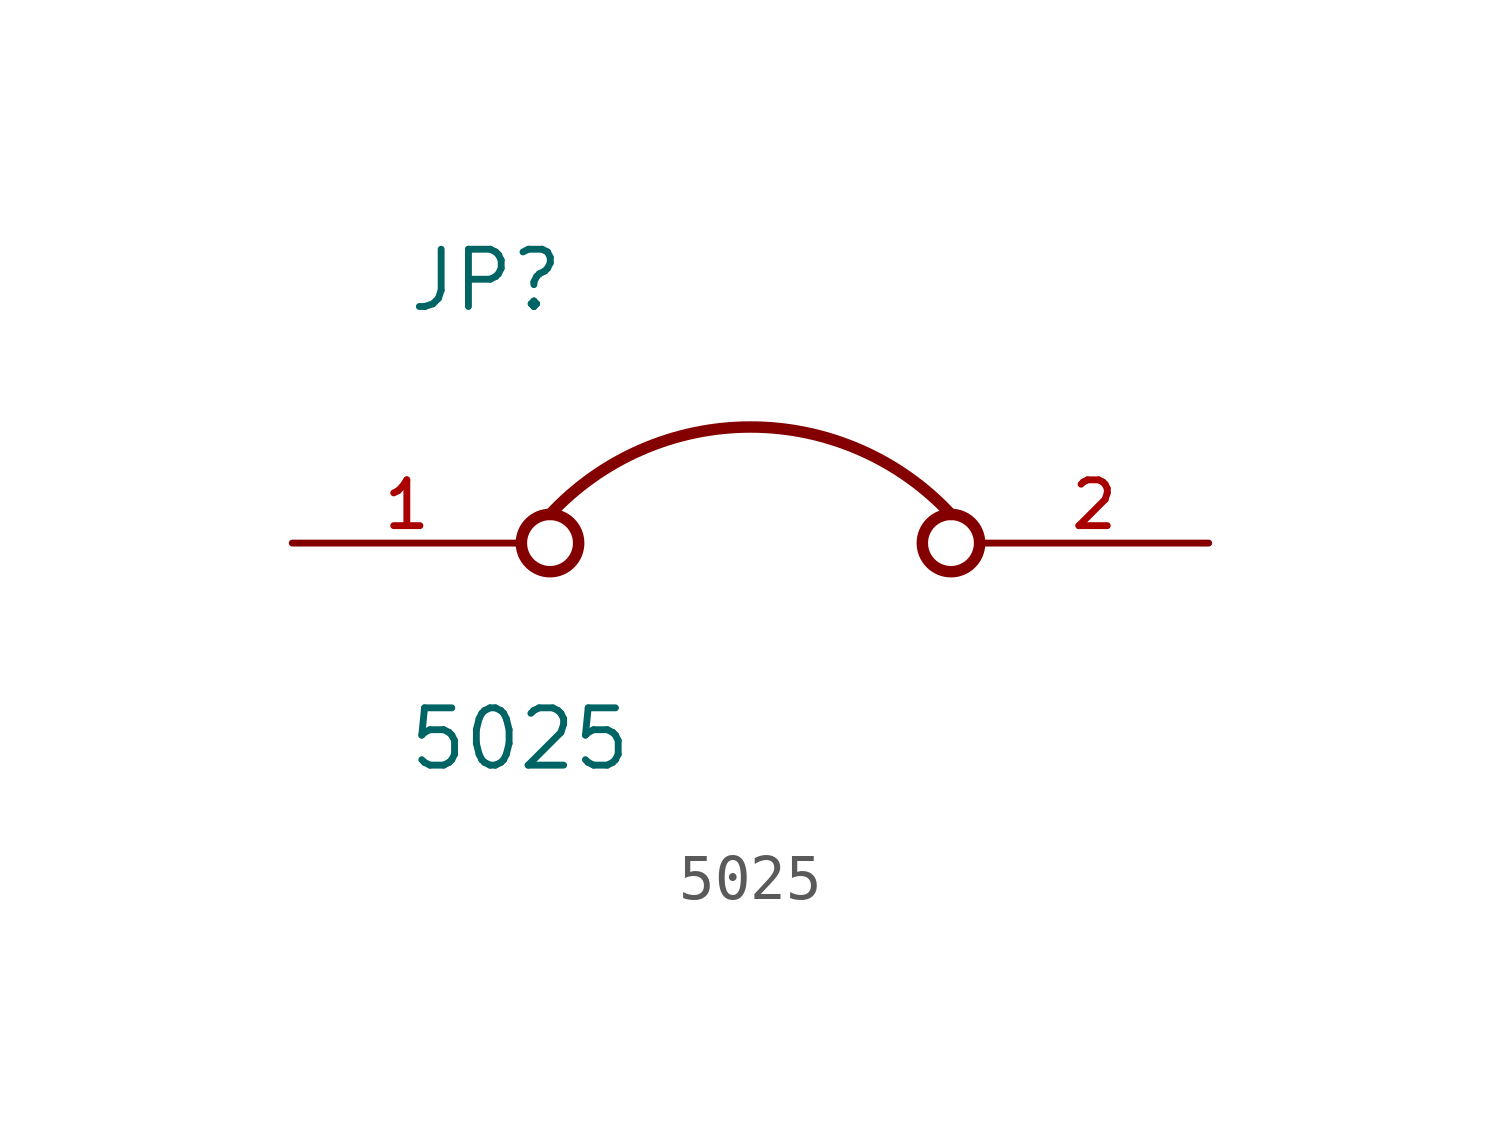
<source format=kicad_sym>
(kicad_symbol_lib
  (version 20220914)
  (generator kicad_symbol_editor)
  (symbol "5025"
    (pin_names
      (offset 1.016))
    (property "Reference" "JP"
      (at -7.624 5.082 0)
      (effects (font (size 1.27 1.27)) (justify left bottom)))
    (property "Value" "5025"
      (at -7.63 -5.087 0)
      (effects (font (size 1.27 1.27)) (justify left bottom)))
    (symbol "5025_0_0"
      (circle (center -4.445 0) (radius 0.635) (stroke (width 0.254) (type default)) (fill (type none)))
      (circle (center 4.445 0) (radius 0.635) (stroke (width 0.254) (type default)) (fill (type none)))
      (arc (start 4.445 0.635) (mid -0.0128 2.5733) (end -4.445 0.635) (stroke (width 0.254) (type default)) (fill (type none)))
      (pin passive line (at -10.16 0 0) (length 5.08) (name "~" (effects (font (size 1.016 1.016)))) (number "1" (effects (font (size 1.016 1.016)))))
      (pin passive line (at 10.16 0 180) (length 5.08) (name "~" (effects (font (size 1.016 1.016)))) (number "2" (effects (font (size 1.016 1.016))))))))
</source>
